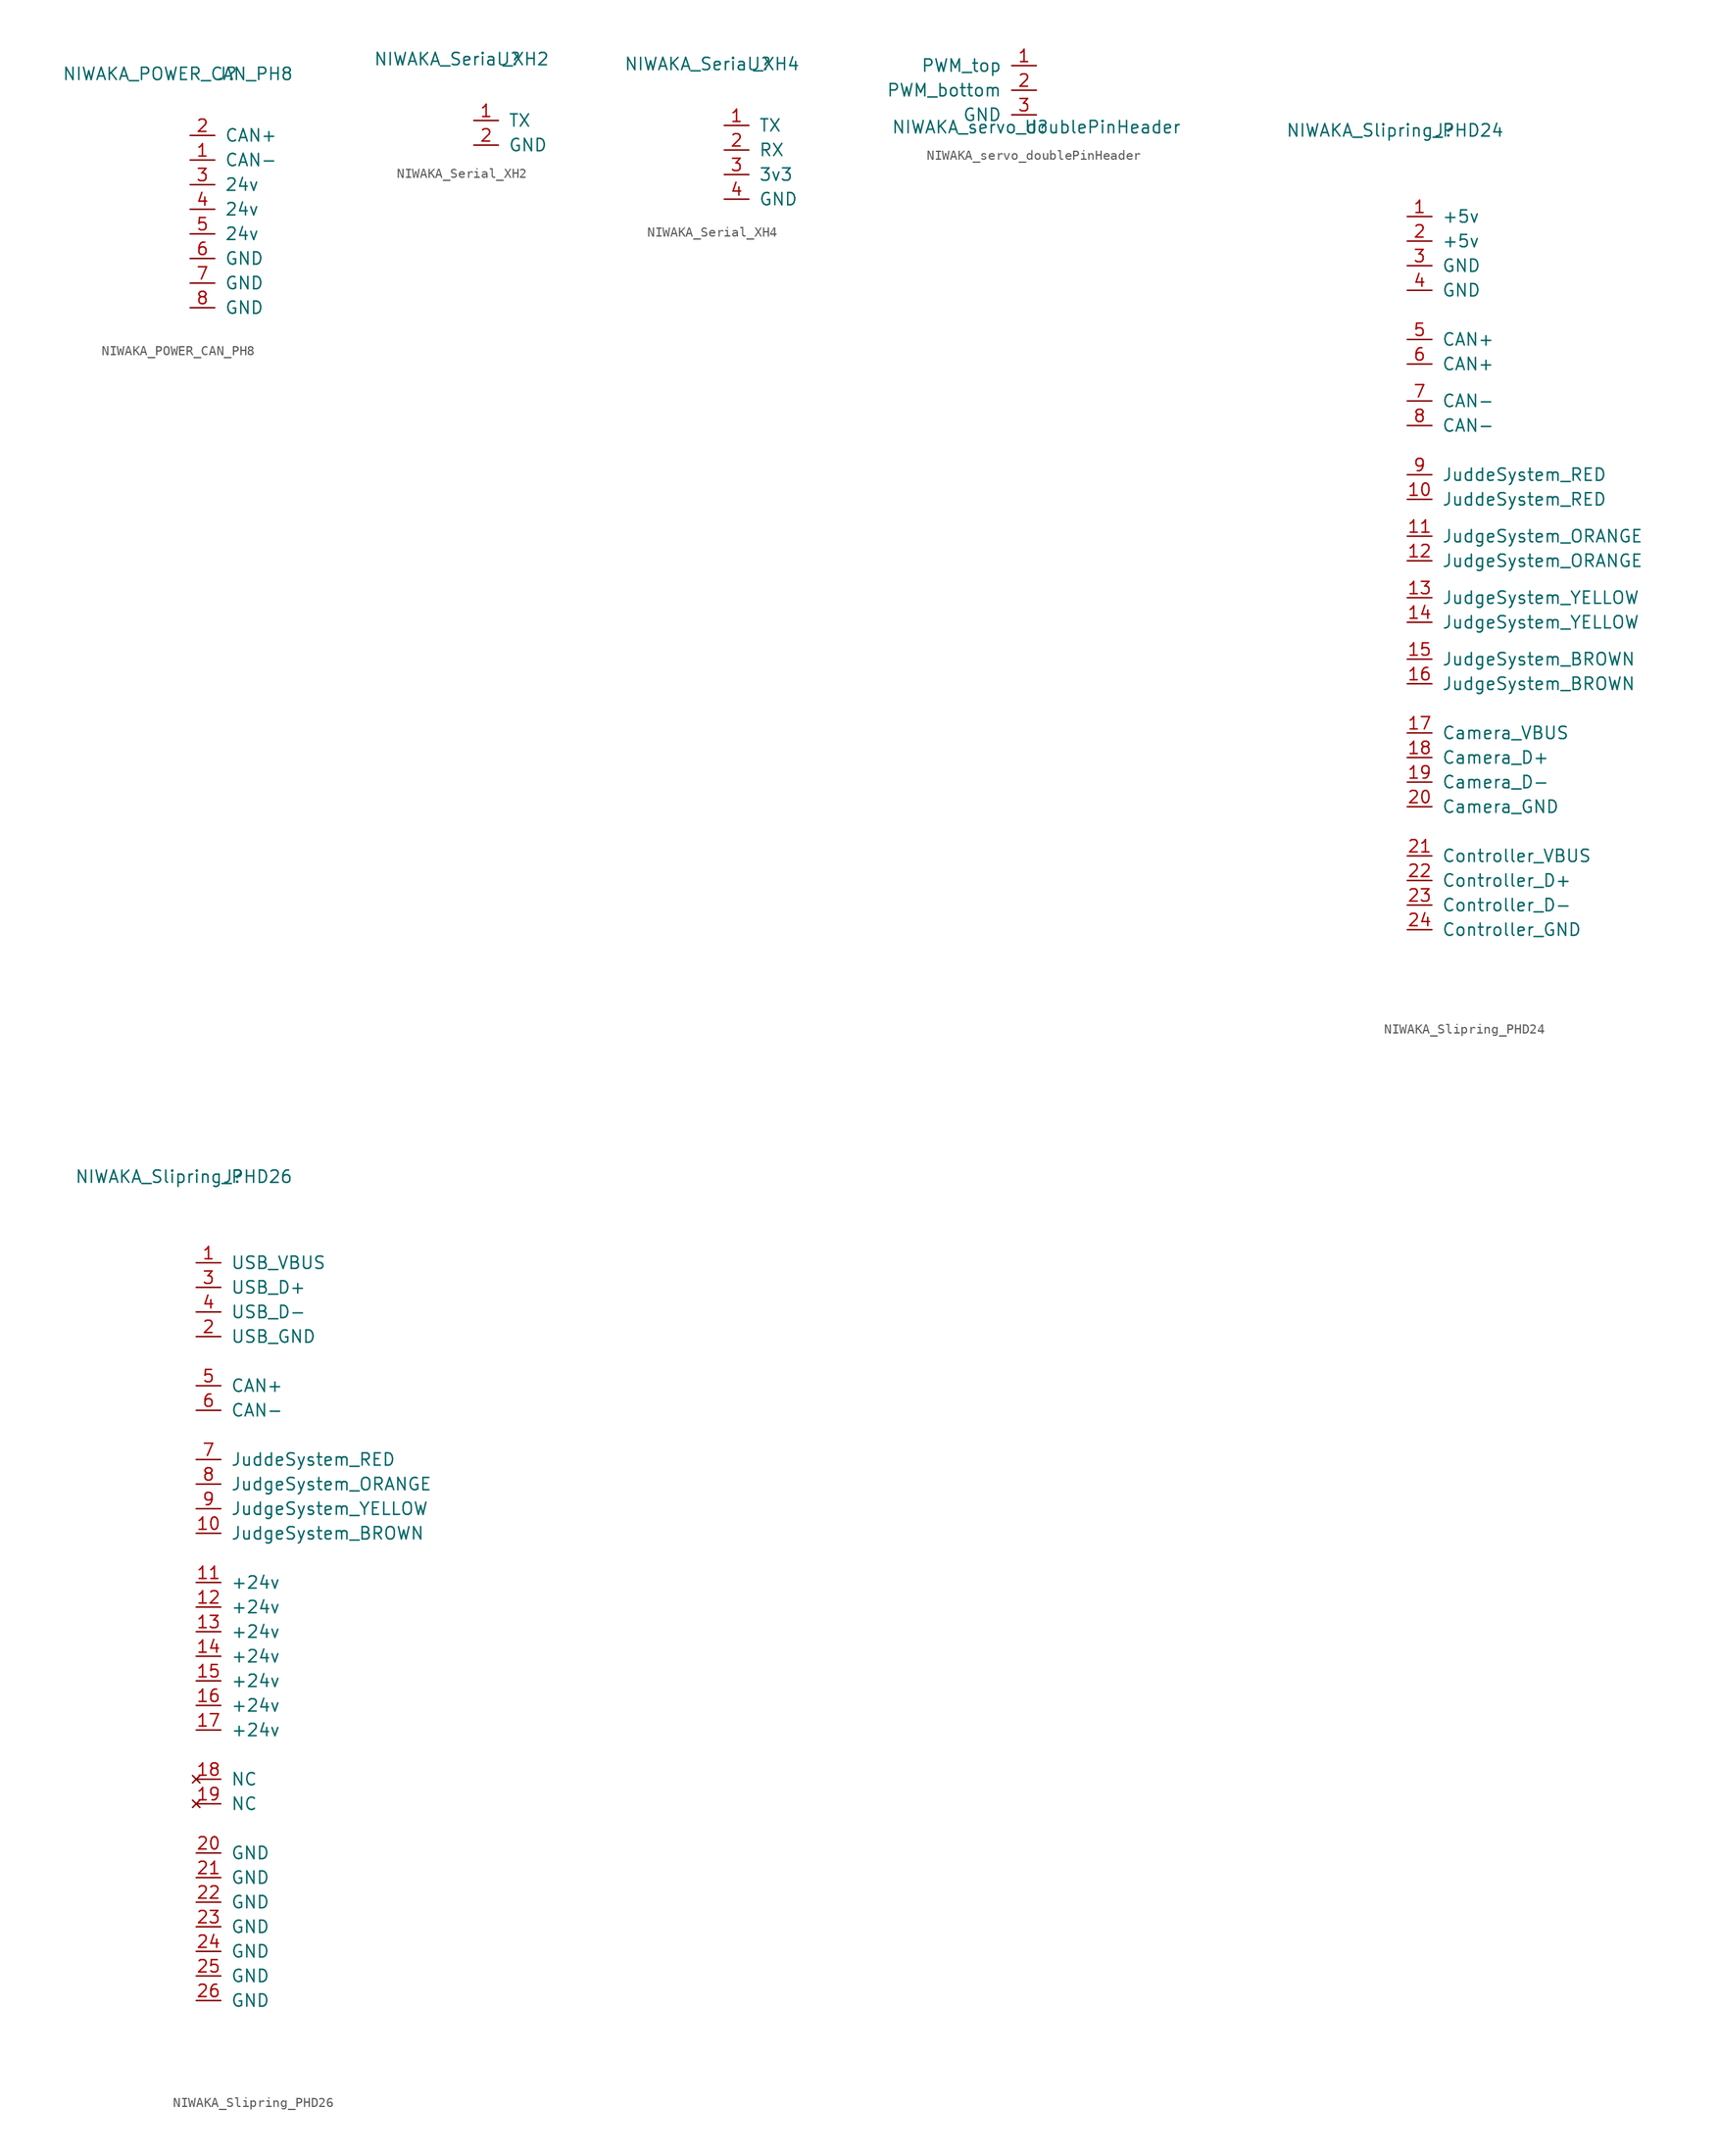
<source format=kicad_sym>
(kicad_symbol_lib
  (version 20220914)
  (generator kicad_symbol_editor)
  (symbol "NIWAKA_POWER_CAN_PH8"
    (pin_names
      (offset 1.016))
    (property "Reference" "J"
      (at 1.27 3.81 0)
      (effects (font (size 1.27 1.27))))
    (property "Value" "NIWAKA_POWER_CAN_PH8"
      (at -3.81 3.81 0)
      (effects (font (size 1.27 1.27))))
    (symbol "NIWAKA_POWER_CAN_PH8_1_1"
      (pin input line (at -2.54 -5.08 0) (length 2.54) (name "CAN-" (effects (font (size 1.27 1.27)))) (number "1" (effects (font (size 1.27 1.27)))))
      (pin input line (at -2.54 -2.54 0) (length 2.54) (name "CAN+" (effects (font (size 1.27 1.27)))) (number "2" (effects (font (size 1.27 1.27)))))
      (pin input line (at -2.54 -7.62 0) (length 2.54) (name "24v" (effects (font (size 1.27 1.27)))) (number "3" (effects (font (size 1.27 1.27)))))
      (pin input line (at -2.54 -10.16 0) (length 2.54) (name "24v" (effects (font (size 1.27 1.27)))) (number "4" (effects (font (size 1.27 1.27)))))
      (pin input line (at -2.54 -12.7 0) (length 2.54) (name "24v" (effects (font (size 1.27 1.27)))) (number "5" (effects (font (size 1.27 1.27)))))
      (pin input line (at -2.54 -15.24 0) (length 2.54) (name "GND" (effects (font (size 1.27 1.27)))) (number "6" (effects (font (size 1.27 1.27)))))
      (pin input line (at -2.54 -17.78 0) (length 2.54) (name "GND" (effects (font (size 1.27 1.27)))) (number "7" (effects (font (size 1.27 1.27)))))
      (pin input line (at -2.54 -20.32 0) (length 2.54) (name "GND" (effects (font (size 1.27 1.27)))) (number "8" (effects (font (size 1.27 1.27)))))))
  (symbol "NIWAKA_Serial_XH2"
    (pin_names
      (offset 1.016))
    (property "Reference" "J"
      (at 1.27 3.81 0)
      (effects (font (size 1.27 1.27))))
    (property "Value" "NIWAKA_Serial_XH2"
      (at -3.81 3.81 0)
      (effects (font (size 1.27 1.27))))
    (symbol "NIWAKA_Serial_XH2_1_1"
      (pin input line (at -2.54 -2.54 0) (length 2.54) (name "TX" (effects (font (size 1.27 1.27)))) (number "1" (effects (font (size 1.27 1.27)))))
      (pin input line (at -2.54 -5.08 0) (length 2.54) (name "GND" (effects (font (size 1.27 1.27)))) (number "2" (effects (font (size 1.27 1.27)))))))
  (symbol "NIWAKA_Serial_XH4"
    (pin_names
      (offset 1.016))
    (property "Reference" "J"
      (at 1.27 3.81 0)
      (effects (font (size 1.27 1.27))))
    (property "Value" "NIWAKA_Serial_XH4"
      (at -3.81 3.81 0)
      (effects (font (size 1.27 1.27))))
    (symbol "NIWAKA_Serial_XH4_1_1"
      (pin input line (at -2.54 -2.54 0) (length 2.54) (name "TX" (effects (font (size 1.27 1.27)))) (number "1" (effects (font (size 1.27 1.27)))))
      (pin input line (at -2.54 -5.08 0) (length 2.54) (name "RX" (effects (font (size 1.27 1.27)))) (number "2" (effects (font (size 1.27 1.27)))))
      (pin input line (at -2.54 -7.62 0) (length 2.54) (name "3v3" (effects (font (size 1.27 1.27)))) (number "3" (effects (font (size 1.27 1.27)))))
      (pin input line (at -2.54 -10.16 0) (length 2.54) (name "GND" (effects (font (size 1.27 1.27)))) (number "4" (effects (font (size 1.27 1.27)))))))
  (symbol "NIWAKA_servo_doublePinHeader"
    (pin_names
      (offset 1.016))
    (property "Reference" "U"
      (at 0 0 0)
      (effects (font (size 1.27 1.27))))
    (property "Value" "NIWAKA_servo_doublePinHeader"
      (at 0 0 0)
      (effects (font (size 1.27 1.27))))
    (symbol "NIWAKA_servo_doublePinHeader_1_1"
      (pin input line (at 0 6.35 180) (length 2.54) (name "PWM_top" (effects (font (size 1.27 1.27)))) (number "1" (effects (font (size 1.27 1.27)))))
      (pin input line (at 0 3.81 180) (length 2.54) (name "PWM_bottom" (effects (font (size 1.27 1.27)))) (number "2" (effects (font (size 1.27 1.27)))))
      (pin input line (at 0 1.27 180) (length 2.54) (name "GND" (effects (font (size 1.27 1.27)))) (number "3" (effects (font (size 1.27 1.27)))))))
  (symbol "NIWAKA_Slipring_PHD24"
    (pin_names
      (offset 1.016))
    (property "Reference" "J"
      (at 1.27 3.81 0)
      (effects (font (size 1.27 1.27))))
    (property "Value" "NIWAKA_Slipring_PHD24"
      (at -3.81 3.81 0)
      (effects (font (size 1.27 1.27))))
    (symbol "NIWAKA_Slipring_PHD24_1_1"
      (pin input line (at -2.54 -5.08 0) (length 2.54) (name "+5v" (effects (font (size 1.27 1.27)))) (number "1" (effects (font (size 1.27 1.27)))))
      (pin input line (at -2.54 -34.29 0) (length 2.54) (name "JuddeSystem_RED" (effects (font (size 1.27 1.27)))) (number "10" (effects (font (size 1.27 1.27)))))
      (pin input line (at -2.54 -38.1 0) (length 2.54) (name "JudgeSystem_ORANGE" (effects (font (size 1.27 1.27)))) (number "11" (effects (font (size 1.27 1.27)))))
      (pin input line (at -2.54 -40.64 0) (length 2.54) (name "JudgeSystem_ORANGE" (effects (font (size 1.27 1.27)))) (number "12" (effects (font (size 1.27 1.27)))))
      (pin input line (at -2.54 -44.45 0) (length 2.54) (name "JudgeSystem_YELLOW" (effects (font (size 1.27 1.27)))) (number "13" (effects (font (size 1.27 1.27)))))
      (pin input line (at -2.54 -46.99 0) (length 2.54) (name "JudgeSystem_YELLOW" (effects (font (size 1.27 1.27)))) (number "14" (effects (font (size 1.27 1.27)))))
      (pin input line (at -2.54 -50.8 0) (length 2.54) (name "JudgeSystem_BROWN" (effects (font (size 1.27 1.27)))) (number "15" (effects (font (size 1.27 1.27)))))
      (pin input line (at -2.54 -53.34 0) (length 2.54) (name "JudgeSystem_BROWN" (effects (font (size 1.27 1.27)))) (number "16" (effects (font (size 1.27 1.27)))))
      (pin input line (at -2.54 -58.42 0) (length 2.54) (name "Camera_VBUS" (effects (font (size 1.27 1.27)))) (number "17" (effects (font (size 1.27 1.27)))))
      (pin input line (at -2.54 -60.96 0) (length 2.54) (name "Camera_D+" (effects (font (size 1.27 1.27)))) (number "18" (effects (font (size 1.27 1.27)))))
      (pin input line (at -2.54 -63.5 0) (length 2.54) (name "Camera_D-" (effects (font (size 1.27 1.27)))) (number "19" (effects (font (size 1.27 1.27)))))
      (pin input line (at -2.54 -7.62 0) (length 2.54) (name "+5v" (effects (font (size 1.27 1.27)))) (number "2" (effects (font (size 1.27 1.27)))))
      (pin input line (at -2.54 -66.04 0) (length 2.54) (name "Camera_GND" (effects (font (size 1.27 1.27)))) (number "20" (effects (font (size 1.27 1.27)))))
      (pin input line (at -2.54 -71.12 0) (length 2.54) (name "Controller_VBUS" (effects (font (size 1.27 1.27)))) (number "21" (effects (font (size 1.27 1.27)))))
      (pin input line (at -2.54 -73.66 0) (length 2.54) (name "Controller_D+" (effects (font (size 1.27 1.27)))) (number "22" (effects (font (size 1.27 1.27)))))
      (pin input line (at -2.54 -76.2 0) (length 2.54) (name "Controller_D-" (effects (font (size 1.27 1.27)))) (number "23" (effects (font (size 1.27 1.27)))))
      (pin input line (at -2.54 -78.74 0) (length 2.54) (name "Controller_GND" (effects (font (size 1.27 1.27)))) (number "24" (effects (font (size 1.27 1.27)))))
      (pin input line (at -2.54 -10.16 0) (length 2.54) (name "GND" (effects (font (size 1.27 1.27)))) (number "3" (effects (font (size 1.27 1.27)))))
      (pin input line (at -2.54 -12.7 0) (length 2.54) (name "GND" (effects (font (size 1.27 1.27)))) (number "4" (effects (font (size 1.27 1.27)))))
      (pin input line (at -2.54 -17.78 0) (length 2.54) (name "CAN+" (effects (font (size 1.27 1.27)))) (number "5" (effects (font (size 1.27 1.27)))))
      (pin input line (at -2.54 -20.32 0) (length 2.54) (name "CAN+" (effects (font (size 1.27 1.27)))) (number "6" (effects (font (size 1.27 1.27)))))
      (pin input line (at -2.54 -24.13 0) (length 2.54) (name "CAN-" (effects (font (size 1.27 1.27)))) (number "7" (effects (font (size 1.27 1.27)))))
      (pin input line (at -2.54 -26.67 0) (length 2.54) (name "CAN-" (effects (font (size 1.27 1.27)))) (number "8" (effects (font (size 1.27 1.27)))))
      (pin input line (at -2.54 -31.75 0) (length 2.54) (name "JuddeSystem_RED" (effects (font (size 1.27 1.27)))) (number "9" (effects (font (size 1.27 1.27)))))))
  (symbol "NIWAKA_Slipring_PHD26"
    (pin_names
      (offset 1.016))
    (property "Reference" "J"
      (at 1.27 3.81 0)
      (effects (font (size 1.27 1.27))))
    (property "Value" "NIWAKA_Slipring_PHD26"
      (at -3.81 3.81 0)
      (effects (font (size 1.27 1.27))))
    (symbol "NIWAKA_Slipring_PHD26_1_1"
      (pin input line (at -2.54 -5.08 0) (length 2.54) (name "USB_VBUS" (effects (font (size 1.27 1.27)))) (number "1" (effects (font (size 1.27 1.27)))))
      (pin input line (at -2.54 -33.02 0) (length 2.54) (name "JudgeSystem_BROWN" (effects (font (size 1.27 1.27)))) (number "10" (effects (font (size 1.27 1.27)))))
      (pin input line (at -2.54 -38.1 0) (length 2.54) (name "+24v" (effects (font (size 1.27 1.27)))) (number "11" (effects (font (size 1.27 1.27)))))
      (pin input line (at -2.54 -40.64 0) (length 2.54) (name "+24v" (effects (font (size 1.27 1.27)))) (number "12" (effects (font (size 1.27 1.27)))))
      (pin input line (at -2.54 -43.18 0) (length 2.54) (name "+24v" (effects (font (size 1.27 1.27)))) (number "13" (effects (font (size 1.27 1.27)))))
      (pin input line (at -2.54 -45.72 0) (length 2.54) (name "+24v" (effects (font (size 1.27 1.27)))) (number "14" (effects (font (size 1.27 1.27)))))
      (pin input line (at -2.54 -48.26 0) (length 2.54) (name "+24v" (effects (font (size 1.27 1.27)))) (number "15" (effects (font (size 1.27 1.27)))))
      (pin input line (at -2.54 -50.8 0) (length 2.54) (name "+24v" (effects (font (size 1.27 1.27)))) (number "16" (effects (font (size 1.27 1.27)))))
      (pin input line (at -2.54 -53.34 0) (length 2.54) (name "+24v" (effects (font (size 1.27 1.27)))) (number "17" (effects (font (size 1.27 1.27)))))
      (pin no_connect line (at -2.54 -58.42 0) (length 2.54) (name "NC" (effects (font (size 1.27 1.27)))) (number "18" (effects (font (size 1.27 1.27)))))
      (pin no_connect line (at -2.54 -60.96 0) (length 2.54) (name "NC" (effects (font (size 1.27 1.27)))) (number "19" (effects (font (size 1.27 1.27)))))
      (pin input line (at -2.54 -12.7 0) (length 2.54) (name "USB_GND" (effects (font (size 1.27 1.27)))) (number "2" (effects (font (size 1.27 1.27)))))
      (pin input line (at -2.54 -66.04 0) (length 2.54) (name "GND" (effects (font (size 1.27 1.27)))) (number "20" (effects (font (size 1.27 1.27)))))
      (pin input line (at -2.54 -68.58 0) (length 2.54) (name "GND" (effects (font (size 1.27 1.27)))) (number "21" (effects (font (size 1.27 1.27)))))
      (pin input line (at -2.54 -71.12 0) (length 2.54) (name "GND" (effects (font (size 1.27 1.27)))) (number "22" (effects (font (size 1.27 1.27)))))
      (pin input line (at -2.54 -73.66 0) (length 2.54) (name "GND" (effects (font (size 1.27 1.27)))) (number "23" (effects (font (size 1.27 1.27)))))
      (pin input line (at -2.54 -76.2 0) (length 2.54) (name "GND" (effects (font (size 1.27 1.27)))) (number "24" (effects (font (size 1.27 1.27)))))
      (pin input line (at -2.54 -78.74 0) (length 2.54) (name "GND" (effects (font (size 1.27 1.27)))) (number "25" (effects (font (size 1.27 1.27)))))
      (pin input line (at -2.54 -81.28 0) (length 2.54) (name "GND" (effects (font (size 1.27 1.27)))) (number "26" (effects (font (size 1.27 1.27)))))
      (pin input line (at -2.54 -7.62 0) (length 2.54) (name "USB_D+" (effects (font (size 1.27 1.27)))) (number "3" (effects (font (size 1.27 1.27)))))
      (pin input line (at -2.54 -10.16 0) (length 2.54) (name "USB_D-" (effects (font (size 1.27 1.27)))) (number "4" (effects (font (size 1.27 1.27)))))
      (pin input line (at -2.54 -17.78 0) (length 2.54) (name "CAN+" (effects (font (size 1.27 1.27)))) (number "5" (effects (font (size 1.27 1.27)))))
      (pin input line (at -2.54 -20.32 0) (length 2.54) (name "CAN-" (effects (font (size 1.27 1.27)))) (number "6" (effects (font (size 1.27 1.27)))))
      (pin input line (at -2.54 -25.4 0) (length 2.54) (name "JuddeSystem_RED" (effects (font (size 1.27 1.27)))) (number "7" (effects (font (size 1.27 1.27)))))
      (pin input line (at -2.54 -27.94 0) (length 2.54) (name "JudgeSystem_ORANGE" (effects (font (size 1.27 1.27)))) (number "8" (effects (font (size 1.27 1.27)))))
      (pin input line (at -2.54 -30.48 0) (length 2.54) (name "JudgeSystem_YELLOW" (effects (font (size 1.27 1.27)))) (number "9" (effects (font (size 1.27 1.27))))))))
</source>
